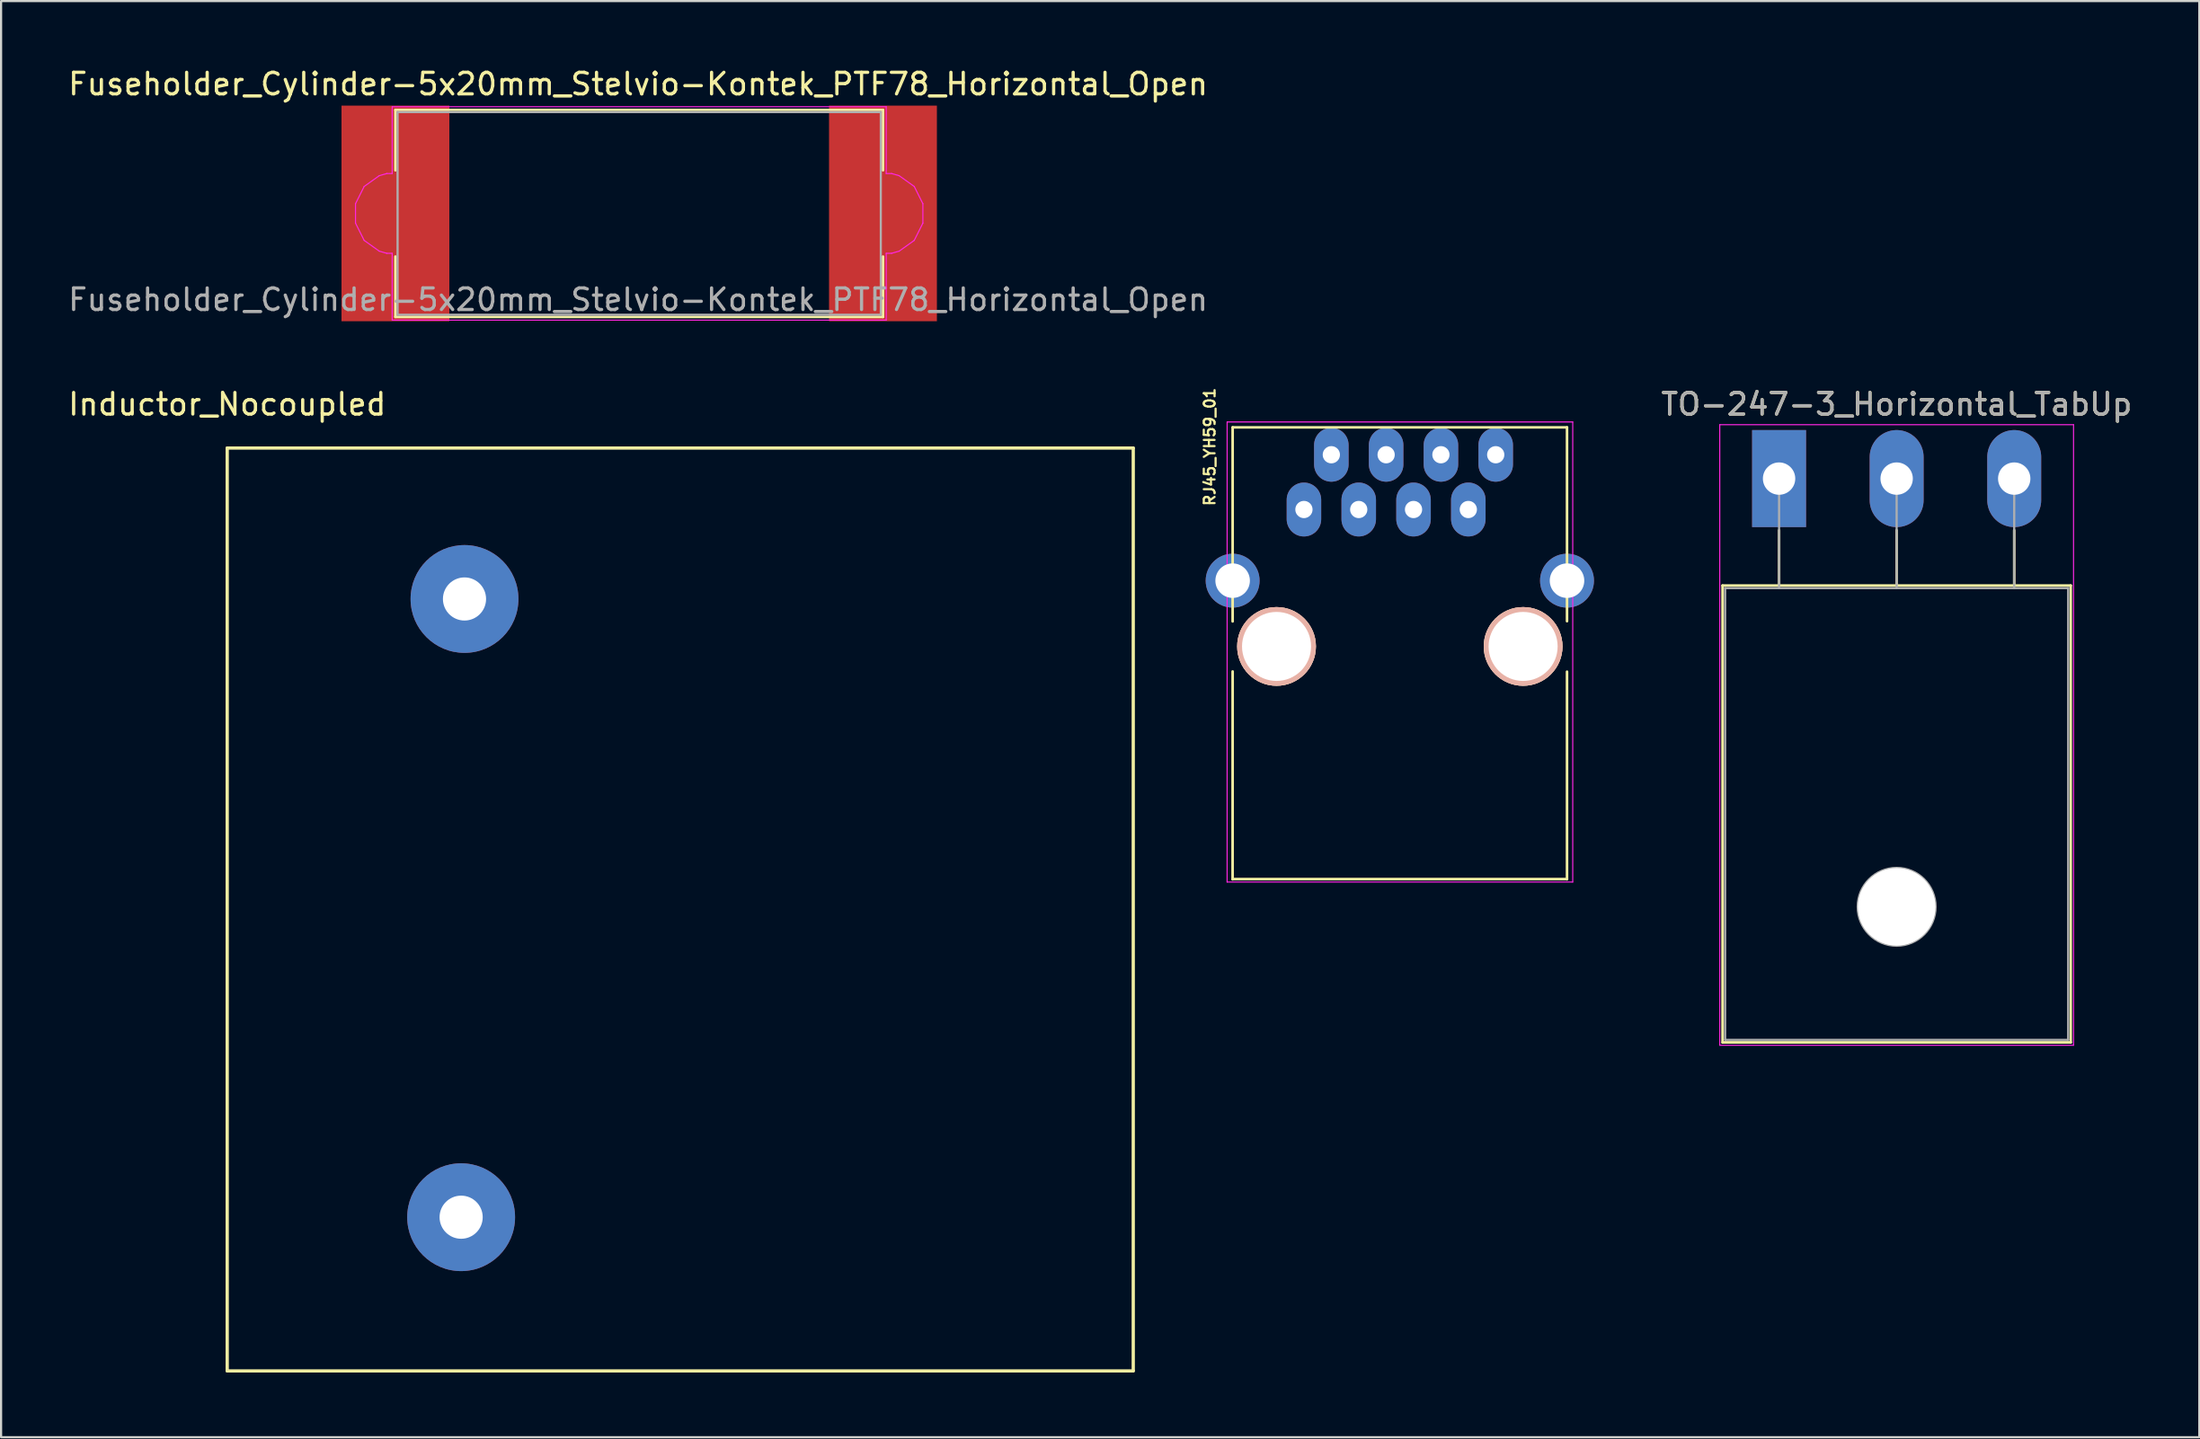
<source format=kicad_pcb>
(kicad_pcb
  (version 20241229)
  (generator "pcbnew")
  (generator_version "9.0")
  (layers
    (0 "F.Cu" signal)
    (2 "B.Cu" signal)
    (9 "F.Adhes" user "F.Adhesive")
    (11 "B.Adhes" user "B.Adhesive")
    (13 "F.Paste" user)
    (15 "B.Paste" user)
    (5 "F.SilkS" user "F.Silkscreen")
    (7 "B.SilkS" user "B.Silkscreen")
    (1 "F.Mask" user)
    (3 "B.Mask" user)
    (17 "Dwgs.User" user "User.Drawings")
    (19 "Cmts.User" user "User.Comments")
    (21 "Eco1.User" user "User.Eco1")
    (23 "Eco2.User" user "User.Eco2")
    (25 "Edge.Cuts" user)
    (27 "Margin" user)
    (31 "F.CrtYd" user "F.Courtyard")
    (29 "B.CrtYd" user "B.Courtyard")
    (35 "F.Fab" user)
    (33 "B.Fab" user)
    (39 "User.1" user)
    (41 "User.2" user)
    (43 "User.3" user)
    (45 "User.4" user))
  (footprint "Inductor_Nocoupled"
    (layer "F.Cu")
    (at 7.482 17.729)
    (property "Reference" "Inductor_Nocoupled" (at 0 -2.032 180) (layer "F.SilkS") (effects (font (size 1 1) (thickness 0.15))))
    (attr through_hole)
    (fp_line (start 0 0) (end 0 42.8) (stroke (width 0.15) (type solid)) (layer "F.SilkS"))
    (fp_line (start 0 0) (end 42 0) (stroke (width 0.15) (type solid)) (layer "F.SilkS"))
    (fp_line (start 0 42.8) (end 42 42.8) (stroke (width 0.15) (type solid)) (layer "F.SilkS"))
    (fp_line (start 42 0) (end 42 42.8) (stroke (width 0.15) (type solid)) (layer "F.SilkS"))
    (pad "1" thru_hole circle (at 11 7) (size 5 5) (drill 2) (layers "*.Cu" "*.Mask"))
    (pad "2" thru_hole circle (at 10.844 35.672 180) (size 5 5) (drill 2) (layers "*.Cu" "*.Mask")))
  (footprint "RJ45_YH59_01"
    (layer "F.Cu")
    (at 57.389 20.584)
    (property "Reference" "RJ45_YH59_01" (at -4.364 -2.91 90) (layer "F.SilkS") (effects (font (size 0.5 0.5) (thickness 0.1))))
    (attr through_hole)
    (fp_line (start -3.3 -3.814) (end -3.3 5.186) (stroke (width 0.12) (type solid)) (layer "F.SilkS"))
    (fp_line (start -3.3 7.506) (end -3.302 17.145) (stroke (width 0.12) (type solid)) (layer "F.SilkS"))
    (fp_line (start -3.3 17.136) (end 12.2 17.136) (stroke (width 0.12) (type solid)) (layer "F.SilkS"))
    (fp_line (start 12.2 -3.814) (end -3.3 -3.814) (stroke (width 0.12) (type solid)) (layer "F.SilkS"))
    (fp_line (start 12.2 -3.814) (end 12.2 5.176) (stroke (width 0.12) (type solid)) (layer "F.SilkS"))
    (fp_line (start 12.2 7.516) (end 12.2 17.145) (stroke (width 0.12) (type solid)) (layer "F.SilkS"))
    (fp_line (start -3.555 -4.064) (end -3.556 17.272) (stroke (width 0.05) (type solid)) (layer "F.CrtYd"))
    (fp_line (start -3.555 -4.064) (end 12.465 -4.064) (stroke (width 0.05) (type solid)) (layer "F.CrtYd"))
    (fp_line (start 12.464 17.272) (end -3.556 17.272) (stroke (width 0.05) (type solid)) (layer "F.CrtYd"))
    (fp_line (start 12.465 17.272) (end 12.465 -4.064) (stroke (width 0.05) (type solid)) (layer "F.CrtYd"))
    (pad "" np_thru_hole circle (at -1.265 6.346) (size 3.65 3.65) (drill 3.2) (layers "*.Cu" "*.SilkS" "*.Mask"))
    (pad "" np_thru_hole circle (at 10.165 6.346) (size 3.65 3.65) (drill 3.2) (layers "*.Cu" "*.SilkS" "*.Mask"))
    (pad "1" thru_hole oval (at 0.005 -0.004) (size 1.6 2.5) (drill 0.8) (layers "*.Cu" "*.Mask"))
    (pad "2" thru_hole oval (at 1.275 -2.544) (size 1.6 2.5) (drill 0.8) (layers "*.Cu" "*.Mask"))
    (pad "3" thru_hole oval (at 2.545 -0.004) (size 1.6 2.5) (drill 0.8) (layers "*.Cu" "*.Mask"))
    (pad "4" thru_hole oval (at 3.815 -2.544) (size 1.6 2.5) (drill 0.8) (layers "*.Cu" "*.Mask"))
    (pad "5" thru_hole oval (at 5.085 -0.004) (size 1.6 2.5) (drill 0.8) (layers "*.Cu" "*.Mask"))
    (pad "6" thru_hole oval (at 6.355 -2.544) (size 1.6 2.5) (drill 0.8) (layers "*.Cu" "*.Mask"))
    (pad "7" thru_hole oval (at 7.625 -0.004) (size 1.6 2.5) (drill 0.8) (layers "*.Cu" "*.Mask"))
    (pad "8" thru_hole oval (at 8.895 -2.544) (size 1.6 2.5) (drill 0.8) (layers "*.Cu" "*.Mask"))
    (pad "9" thru_hole circle (at -3.3 3.296) (size 2.5 2.5) (drill 1.6) (layers "*.Cu" "*.Mask"))
    (pad "9" thru_hole circle (at 12.2 3.296) (size 2.5 2.5) (drill 1.6) (layers "*.Cu" "*.Mask")))
  (footprint "Fuseholder_Cylinder-5x20mm_Stelvio-Kontek_PTF78_Horizontal_Open"
    (layer "F.Cu")
    (at 15.28 6.848)
    (property "Reference" "Fuseholder_Cylinder-5x20mm_Stelvio-Kontek_PTF78_Horizontal_Open" (at 11.25 -6 0) (layer "F.SilkS") (effects (font (size 1 1) (thickness 0.15))))
    (attr smd)
    (fp_line (start 0 -4.8) (end 22.6 -4.8) (stroke (width 0.12) (type solid)) (layer "F.SilkS"))
    (fp_line (start 0 -2) (end 0 -4.8) (stroke (width 0.12) (type solid)) (layer "F.SilkS"))
    (fp_line (start 0 4.8) (end 0 2) (stroke (width 0.12) (type solid)) (layer "F.SilkS"))
    (fp_line (start 0 4.8) (end 22.6 4.8) (stroke (width 0.12) (type solid)) (layer "F.SilkS"))
    (fp_line (start 22.6 -2) (end 22.6 -4.8) (stroke (width 0.12) (type solid)) (layer "F.SilkS"))
    (fp_line (start 22.6 4.8) (end 22.6 2) (stroke (width 0.12) (type solid)) (layer "F.SilkS"))
    (fp_line (start -1.85 -0.45) (end -1.85 0.45) (stroke (width 0.05) (type solid)) (layer "F.CrtYd"))
    (fp_line (start -1.85 -0.45) (end -1.45 -1.25) (stroke (width 0.05) (type solid)) (layer "F.CrtYd"))
    (fp_line (start -1.45 1.25) (end -1.85 0.45) (stroke (width 0.05) (type solid)) (layer "F.CrtYd"))
    (fp_line (start -1.45 1.25) (end -0.75 1.75) (stroke (width 0.05) (type solid)) (layer "F.CrtYd"))
    (fp_line (start -0.75 -1.75) (end -1.45 -1.25) (stroke (width 0.05) (type solid)) (layer "F.CrtYd"))
    (fp_line (start -0.75 1.75) (end -0.4 1.85) (stroke (width 0.05) (type solid)) (layer "F.CrtYd"))
    (fp_line (start -0.4 -1.85) (end -0.75 -1.75) (stroke (width 0.05) (type solid)) (layer "F.CrtYd"))
    (fp_line (start -0.4 1.85) (end -0.15 1.85) (stroke (width 0.05) (type solid)) (layer "F.CrtYd"))
    (fp_line (start -0.15 -4.95) (end 22.75 -4.95) (stroke (width 0.05) (type solid)) (layer "F.CrtYd"))
    (fp_line (start -0.15 -1.85) (end -0.4 -1.85) (stroke (width 0.05) (type solid)) (layer "F.CrtYd"))
    (fp_line (start -0.15 -1.85) (end -0.15 -4.95) (stroke (width 0.05) (type solid)) (layer "F.CrtYd"))
    (fp_line (start -0.15 4.95) (end -0.15 1.85) (stroke (width 0.05) (type solid)) (layer "F.CrtYd"))
    (fp_line (start 22.75 -1.85) (end 22.75 -4.95) (stroke (width 0.05) (type solid)) (layer "F.CrtYd"))
    (fp_line (start 22.75 -1.85) (end 23 -1.85) (stroke (width 0.05) (type solid)) (layer "F.CrtYd"))
    (fp_line (start 22.75 1.85) (end 22.75 4.95) (stroke (width 0.05) (type solid)) (layer "F.CrtYd"))
    (fp_line (start 22.75 1.85) (end 23 1.85) (stroke (width 0.05) (type solid)) (layer "F.CrtYd"))
    (fp_line (start 22.75 4.95) (end -0.15 4.95) (stroke (width 0.05) (type solid)) (layer "F.CrtYd"))
    (fp_line (start 23 1.85) (end 23.35 1.75) (stroke (width 0.05) (type solid)) (layer "F.CrtYd"))
    (fp_line (start 23.35 -1.75) (end 23 -1.85) (stroke (width 0.05) (type solid)) (layer "F.CrtYd"))
    (fp_line (start 23.35 1.75) (end 24.05 1.25) (stroke (width 0.05) (type solid)) (layer "F.CrtYd"))
    (fp_line (start 24.05 -1.25) (end 23.35 -1.75) (stroke (width 0.05) (type solid)) (layer "F.CrtYd"))
    (fp_line (start 24.05 1.25) (end 24.45 0.45) (stroke (width 0.05) (type solid)) (layer "F.CrtYd"))
    (fp_line (start 24.45 -0.45) (end 24.05 -1.25) (stroke (width 0.05) (type solid)) (layer "F.CrtYd"))
    (fp_line (start 24.45 0.45) (end 24.45 -0.45) (stroke (width 0.05) (type solid)) (layer "F.CrtYd"))
    (fp_line (start 0.1 -4.7) (end 0.1 4.7) (stroke (width 0.1) (type solid)) (layer "F.Fab"))
    (fp_line (start 0.1 4.7) (end 22.5 4.7) (stroke (width 0.1) (type solid)) (layer "F.Fab"))
    (fp_line (start 22.5 -4.7) (end 0.1 -4.7) (stroke (width 0.1) (type solid)) (layer "F.Fab"))
    (fp_line (start 22.5 4.7) (end 22.5 -4.7) (stroke (width 0.1) (type solid)) (layer "F.Fab"))
    (fp_text user "${REFERENCE}" (at 11.25 4 0) (layer "F.Fab") (effects (font (size 1 1) (thickness 0.15))))
    (pad "1" smd rect (at 0 0) (size 5 10) (layers "F.Cu" "F.Mask" "F.Paste"))
    (pad "2" smd rect (at 22.6 0) (size 5 10) (layers "F.Cu" "F.Mask" "F.Paste")))
  (footprint "TO-247-3_Horizontal_TabUp"
    (layer "F.Cu")
    (at 79.419 19.146)
    (property "Reference" "TO-247-3_Horizontal_TabUp" (at 5.45 -3.45 180) (layer "F.SilkS") (effects (font (size 1 1) (thickness 0.15))))
    (attr through_hole)
    (fp_line (start -2.62 4.96) (end -2.62 26.15) (stroke (width 0.12) (type solid)) (layer "F.SilkS"))
    (fp_line (start -2.62 4.96) (end 13.52 4.96) (stroke (width 0.12) (type solid)) (layer "F.SilkS"))
    (fp_line (start -2.62 26.15) (end 13.52 26.15) (stroke (width 0.12) (type solid)) (layer "F.SilkS"))
    (fp_line (start 0 2.4) (end 0 4.96) (stroke (width 0.12) (type solid)) (layer "F.SilkS"))
    (fp_line (start 5.45 2.4) (end 5.45 4.96) (stroke (width 0.12) (type solid)) (layer "F.SilkS"))
    (fp_line (start 10.9 2.4) (end 10.9 4.96) (stroke (width 0.12) (type solid)) (layer "F.SilkS"))
    (fp_line (start 13.52 4.96) (end 13.52 26.15) (stroke (width 0.12) (type solid)) (layer "F.SilkS"))
    (fp_line (start -2.75 -2.5) (end -2.75 26.28) (stroke (width 0.05) (type solid)) (layer "F.CrtYd"))
    (fp_line (start -2.75 26.28) (end 13.65 26.28) (stroke (width 0.05) (type solid)) (layer "F.CrtYd"))
    (fp_line (start 13.65 -2.5) (end -2.75 -2.5) (stroke (width 0.05) (type solid)) (layer "F.CrtYd"))
    (fp_line (start 13.65 26.28) (end 13.65 -2.5) (stroke (width 0.05) (type solid)) (layer "F.CrtYd"))
    (fp_line (start -2.5 5.08) (end -2.5 26.03) (stroke (width 0.1) (type solid)) (layer "F.Fab"))
    (fp_line (start -2.5 26.03) (end 13.4 26.03) (stroke (width 0.1) (type solid)) (layer "F.Fab"))
    (fp_line (start 0 5.08) (end 0 0) (stroke (width 0.1) (type solid)) (layer "F.Fab"))
    (fp_line (start 5.45 5.08) (end 5.45 0) (stroke (width 0.1) (type solid)) (layer "F.Fab"))
    (fp_line (start 10.9 5.08) (end 10.9 0) (stroke (width 0.1) (type solid)) (layer "F.Fab"))
    (fp_line (start 13.4 5.08) (end -2.5 5.08) (stroke (width 0.1) (type solid)) (layer "F.Fab"))
    (fp_line (start 13.4 26.03) (end 13.4 5.08) (stroke (width 0.1) (type solid)) (layer "F.Fab"))
    (fp_circle (center 5.45 19.86) (end 7.255 19.86) (stroke (width 0.1) (type solid)) (fill no) (layer "F.Fab"))
    (fp_text user "${REFERENCE}" (at 5.45 -3.45 180) (layer "F.Fab") (effects (font (size 1 1) (thickness 0.15))))
    (pad "" np_thru_hole oval (at 5.45 19.86) (size 3.6 3.6) (drill 3.6) (layers "*.Cu" "*.Mask"))
    (pad "1" thru_hole rect (at 0 0) (size 2.5 4.5) (drill 1.5) (layers "*.Cu" "*.Mask"))
    (pad "2" thru_hole oval (at 5.45 0) (size 2.5 4.5) (drill 1.5) (layers "*.Cu" "*.Mask"))
    (pad "3" thru_hole oval (at 10.9 0) (size 2.5 4.5) (drill 1.5) (layers "*.Cu" "*.Mask")))
  (gr_rect
    (start -3 -3)
    (end 98.899 63.603)
    (stroke (width 0.1) (type default))
    (fill no)
    (layer "Edge.Cuts")))
</source>
